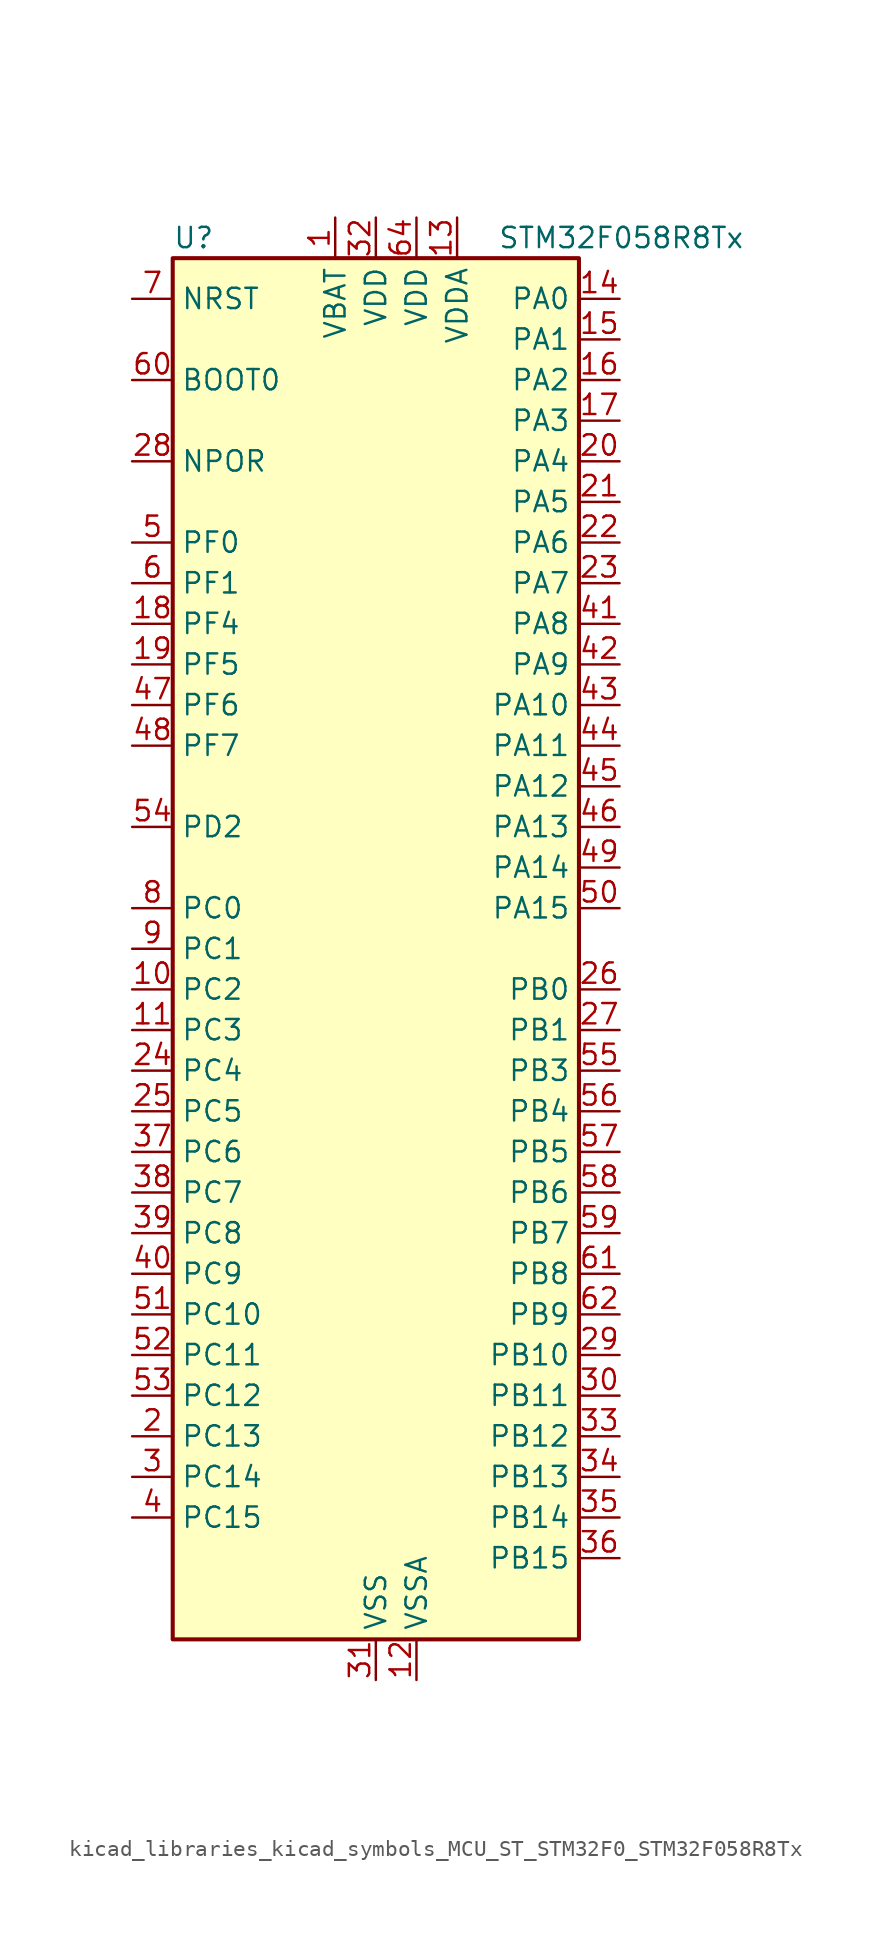
<source format=kicad_sym>
(kicad_symbol_lib
  (version 20220914)
  (generator kicad_symbol_editor)
  (symbol "kicad_libraries_kicad_symbols_MCU_ST_STM32F0_STM32F058R8Tx"
    (property "Reference" "U"
      (at -12.7 44.45 0)
      (effects (font (size 1.27 1.27)) (justify left)))
    (property "Value" "STM32F058R8Tx"
      (at 7.62 44.45 0)
      (effects (font (size 1.27 1.27)) (justify left)))
    (property "ki_locked" ""
      (at 0 0 0)
      (effects (font (size 1.27 1.27))))
    (symbol "kicad_libraries_kicad_symbols_MCU_ST_STM32F0_STM32F058R8Tx_0_1"
      (rectangle (start -12.7 -43.18) (end 12.7 43.18) (stroke (width 0.254) (type default)) (fill (type background))))
    (symbol "kicad_libraries_kicad_symbols_MCU_ST_STM32F0_STM32F058R8Tx_1_1"
      (pin power_in line (at -2.54 45.72 270) (length 2.54) (name "VBAT" (effects (font (size 1.27 1.27)))) (number "1" (effects (font (size 1.27 1.27)))))
      (pin bidirectional line (at -15.24 -2.54 0) (length 2.54) (name "PC2" (effects (font (size 1.27 1.27)))) (number "10" (effects (font (size 1.27 1.27)))) (alternate "ADC_IN12" bidirectional line))
      (pin bidirectional line (at -15.24 -5.08 0) (length 2.54) (name "PC3" (effects (font (size 1.27 1.27)))) (number "11" (effects (font (size 1.27 1.27)))) (alternate "ADC_IN13" bidirectional line))
      (pin power_in line (at 2.54 -45.72 90) (length 2.54) (name "VSSA" (effects (font (size 1.27 1.27)))) (number "12" (effects (font (size 1.27 1.27)))))
      (pin power_in line (at 5.08 45.72 270) (length 2.54) (name "VDDA" (effects (font (size 1.27 1.27)))) (number "13" (effects (font (size 1.27 1.27)))))
      (pin bidirectional line (at 15.24 40.64 180) (length 2.54) (name "PA0" (effects (font (size 1.27 1.27)))) (number "14" (effects (font (size 1.27 1.27)))) (alternate "ADC_IN0" bidirectional line) (alternate "COMP1_INM" bidirectional line) (alternate "COMP1_OUT" bidirectional line) (alternate "RTC_TAMP2" bidirectional line) (alternate "SYS_WKUP1" bidirectional line) (alternate "TIM2_CH1" bidirectional line) (alternate "TIM2_ETR" bidirectional line) (alternate "TSC_G1_IO1" bidirectional line) (alternate "USART2_CTS" bidirectional line))
      (pin bidirectional line (at 15.24 38.1 180) (length 2.54) (name "PA1" (effects (font (size 1.27 1.27)))) (number "15" (effects (font (size 1.27 1.27)))) (alternate "ADC_IN1" bidirectional line) (alternate "COMP1_INP" bidirectional line) (alternate "TIM2_CH2" bidirectional line) (alternate "TSC_G1_IO2" bidirectional line) (alternate "USART2_DE" bidirectional line) (alternate "USART2_RTS" bidirectional line))
      (pin bidirectional line (at 15.24 35.56 180) (length 2.54) (name "PA2" (effects (font (size 1.27 1.27)))) (number "16" (effects (font (size 1.27 1.27)))) (alternate "ADC_IN2" bidirectional line) (alternate "COMP2_INM" bidirectional line) (alternate "COMP2_OUT" bidirectional line) (alternate "TIM15_CH1" bidirectional line) (alternate "TIM2_CH3" bidirectional line) (alternate "TSC_G1_IO3" bidirectional line) (alternate "USART2_TX" bidirectional line))
      (pin bidirectional line (at 15.24 33.02 180) (length 2.54) (name "PA3" (effects (font (size 1.27 1.27)))) (number "17" (effects (font (size 1.27 1.27)))) (alternate "ADC_IN3" bidirectional line) (alternate "COMP2_INP" bidirectional line) (alternate "TIM15_CH2" bidirectional line) (alternate "TIM2_CH4" bidirectional line) (alternate "TSC_G1_IO4" bidirectional line) (alternate "USART2_RX" bidirectional line))
      (pin bidirectional line (at -15.24 20.32 0) (length 2.54) (name "PF4" (effects (font (size 1.27 1.27)))) (number "18" (effects (font (size 1.27 1.27)))))
      (pin bidirectional line (at -15.24 17.78 0) (length 2.54) (name "PF5" (effects (font (size 1.27 1.27)))) (number "19" (effects (font (size 1.27 1.27)))))
      (pin bidirectional line (at -15.24 -30.48 0) (length 2.54) (name "PC13" (effects (font (size 1.27 1.27)))) (number "2" (effects (font (size 1.27 1.27)))) (alternate "RTC_OUT_ALARM" bidirectional line) (alternate "RTC_OUT_CALIB" bidirectional line) (alternate "RTC_TAMP1" bidirectional line) (alternate "RTC_TS" bidirectional line) (alternate "SYS_WKUP2" bidirectional line))
      (pin bidirectional line (at 15.24 30.48 180) (length 2.54) (name "PA4" (effects (font (size 1.27 1.27)))) (number "20" (effects (font (size 1.27 1.27)))) (alternate "ADC_IN4" bidirectional line) (alternate "COMP1_INM" bidirectional line) (alternate "COMP2_INM" bidirectional line) (alternate "DAC1_OUT1" bidirectional line) (alternate "I2S1_WS" bidirectional line) (alternate "SPI1_NSS" bidirectional line) (alternate "TIM14_CH1" bidirectional line) (alternate "TSC_G2_IO1" bidirectional line) (alternate "USART2_CK" bidirectional line))
      (pin bidirectional line (at 15.24 27.94 180) (length 2.54) (name "PA5" (effects (font (size 1.27 1.27)))) (number "21" (effects (font (size 1.27 1.27)))) (alternate "ADC_IN5" bidirectional line) (alternate "CEC" bidirectional line) (alternate "COMP1_INM" bidirectional line) (alternate "COMP2_INM" bidirectional line) (alternate "I2S1_CK" bidirectional line) (alternate "SPI1_SCK" bidirectional line) (alternate "TIM2_CH1" bidirectional line) (alternate "TIM2_ETR" bidirectional line) (alternate "TSC_G2_IO2" bidirectional line))
      (pin bidirectional line (at 15.24 25.4 180) (length 2.54) (name "PA6" (effects (font (size 1.27 1.27)))) (number "22" (effects (font (size 1.27 1.27)))) (alternate "ADC_IN6" bidirectional line) (alternate "COMP1_OUT" bidirectional line) (alternate "I2S1_MCK" bidirectional line) (alternate "SPI1_MISO" bidirectional line) (alternate "TIM16_CH1" bidirectional line) (alternate "TIM1_BKIN" bidirectional line) (alternate "TIM3_CH1" bidirectional line) (alternate "TSC_G2_IO3" bidirectional line))
      (pin bidirectional line (at 15.24 22.86 180) (length 2.54) (name "PA7" (effects (font (size 1.27 1.27)))) (number "23" (effects (font (size 1.27 1.27)))) (alternate "ADC_IN7" bidirectional line) (alternate "COMP2_OUT" bidirectional line) (alternate "I2S1_SD" bidirectional line) (alternate "SPI1_MOSI" bidirectional line) (alternate "TIM14_CH1" bidirectional line) (alternate "TIM17_CH1" bidirectional line) (alternate "TIM1_CH1N" bidirectional line) (alternate "TIM3_CH2" bidirectional line) (alternate "TSC_G2_IO4" bidirectional line))
      (pin bidirectional line (at -15.24 -7.62 0) (length 2.54) (name "PC4" (effects (font (size 1.27 1.27)))) (number "24" (effects (font (size 1.27 1.27)))) (alternate "ADC_IN14" bidirectional line))
      (pin bidirectional line (at -15.24 -10.16 0) (length 2.54) (name "PC5" (effects (font (size 1.27 1.27)))) (number "25" (effects (font (size 1.27 1.27)))) (alternate "ADC_IN15" bidirectional line) (alternate "TSC_G3_IO1" bidirectional line))
      (pin bidirectional line (at 15.24 -2.54 180) (length 2.54) (name "PB0" (effects (font (size 1.27 1.27)))) (number "26" (effects (font (size 1.27 1.27)))) (alternate "ADC_IN8" bidirectional line) (alternate "TIM1_CH2N" bidirectional line) (alternate "TIM3_CH3" bidirectional line) (alternate "TSC_G3_IO2" bidirectional line))
      (pin bidirectional line (at 15.24 -5.08 180) (length 2.54) (name "PB1" (effects (font (size 1.27 1.27)))) (number "27" (effects (font (size 1.27 1.27)))) (alternate "ADC_IN9" bidirectional line) (alternate "TIM14_CH1" bidirectional line) (alternate "TIM1_CH3N" bidirectional line) (alternate "TIM3_CH4" bidirectional line) (alternate "TSC_G3_IO3" bidirectional line))
      (pin input line (at -15.24 30.48 0) (length 2.54) (name "NPOR" (effects (font (size 1.27 1.27)))) (number "28" (effects (font (size 1.27 1.27)))))
      (pin bidirectional line (at 15.24 -25.4 180) (length 2.54) (name "PB10" (effects (font (size 1.27 1.27)))) (number "29" (effects (font (size 1.27 1.27)))) (alternate "CEC" bidirectional line) (alternate "I2C2_SCL" bidirectional line) (alternate "TIM2_CH3" bidirectional line) (alternate "TSC_SYNC" bidirectional line))
      (pin bidirectional line (at -15.24 -33.02 0) (length 2.54) (name "PC14" (effects (font (size 1.27 1.27)))) (number "3" (effects (font (size 1.27 1.27)))) (alternate "RCC_OSC32_IN" bidirectional line))
      (pin bidirectional line (at 15.24 -27.94 180) (length 2.54) (name "PB11" (effects (font (size 1.27 1.27)))) (number "30" (effects (font (size 1.27 1.27)))) (alternate "I2C2_SDA" bidirectional line) (alternate "TIM2_CH4" bidirectional line) (alternate "TSC_G6_IO1" bidirectional line))
      (pin power_in line (at 0 -45.72 90) (length 2.54) (name "VSS" (effects (font (size 1.27 1.27)))) (number "31" (effects (font (size 1.27 1.27)))))
      (pin power_in line (at 0 45.72 270) (length 2.54) (name "VDD" (effects (font (size 1.27 1.27)))) (number "32" (effects (font (size 1.27 1.27)))))
      (pin bidirectional line (at 15.24 -30.48 180) (length 2.54) (name "PB12" (effects (font (size 1.27 1.27)))) (number "33" (effects (font (size 1.27 1.27)))) (alternate "SPI2_NSS" bidirectional line) (alternate "TIM1_BKIN" bidirectional line) (alternate "TSC_G6_IO2" bidirectional line))
      (pin bidirectional line (at 15.24 -33.02 180) (length 2.54) (name "PB13" (effects (font (size 1.27 1.27)))) (number "34" (effects (font (size 1.27 1.27)))) (alternate "SPI2_SCK" bidirectional line) (alternate "TIM1_CH1N" bidirectional line) (alternate "TSC_G6_IO3" bidirectional line))
      (pin bidirectional line (at 15.24 -35.56 180) (length 2.54) (name "PB14" (effects (font (size 1.27 1.27)))) (number "35" (effects (font (size 1.27 1.27)))) (alternate "SPI2_MISO" bidirectional line) (alternate "TIM15_CH1" bidirectional line) (alternate "TIM1_CH2N" bidirectional line) (alternate "TSC_G6_IO4" bidirectional line))
      (pin bidirectional line (at 15.24 -38.1 180) (length 2.54) (name "PB15" (effects (font (size 1.27 1.27)))) (number "36" (effects (font (size 1.27 1.27)))) (alternate "RTC_REFIN" bidirectional line) (alternate "SPI2_MOSI" bidirectional line) (alternate "TIM15_CH1N" bidirectional line) (alternate "TIM15_CH2" bidirectional line) (alternate "TIM1_CH3N" bidirectional line))
      (pin bidirectional line (at -15.24 -12.7 0) (length 2.54) (name "PC6" (effects (font (size 1.27 1.27)))) (number "37" (effects (font (size 1.27 1.27)))) (alternate "TIM3_CH1" bidirectional line))
      (pin bidirectional line (at -15.24 -15.24 0) (length 2.54) (name "PC7" (effects (font (size 1.27 1.27)))) (number "38" (effects (font (size 1.27 1.27)))) (alternate "TIM3_CH2" bidirectional line))
      (pin bidirectional line (at -15.24 -17.78 0) (length 2.54) (name "PC8" (effects (font (size 1.27 1.27)))) (number "39" (effects (font (size 1.27 1.27)))) (alternate "TIM3_CH3" bidirectional line))
      (pin bidirectional line (at -15.24 -35.56 0) (length 2.54) (name "PC15" (effects (font (size 1.27 1.27)))) (number "4" (effects (font (size 1.27 1.27)))) (alternate "RCC_OSC32_OUT" bidirectional line))
      (pin bidirectional line (at -15.24 -20.32 0) (length 2.54) (name "PC9" (effects (font (size 1.27 1.27)))) (number "40" (effects (font (size 1.27 1.27)))) (alternate "DAC1_EXTI9" bidirectional line) (alternate "TIM3_CH4" bidirectional line))
      (pin bidirectional line (at 15.24 20.32 180) (length 2.54) (name "PA8" (effects (font (size 1.27 1.27)))) (number "41" (effects (font (size 1.27 1.27)))) (alternate "RCC_MCO" bidirectional line) (alternate "TIM1_CH1" bidirectional line) (alternate "USART1_CK" bidirectional line))
      (pin bidirectional line (at 15.24 17.78 180) (length 2.54) (name "PA9" (effects (font (size 1.27 1.27)))) (number "42" (effects (font (size 1.27 1.27)))) (alternate "DAC1_EXTI9" bidirectional line) (alternate "TIM15_BKIN" bidirectional line) (alternate "TIM1_CH2" bidirectional line) (alternate "TSC_G4_IO1" bidirectional line) (alternate "USART1_TX" bidirectional line))
      (pin bidirectional line (at 15.24 15.24 180) (length 2.54) (name "PA10" (effects (font (size 1.27 1.27)))) (number "43" (effects (font (size 1.27 1.27)))) (alternate "TIM17_BKIN" bidirectional line) (alternate "TIM1_CH3" bidirectional line) (alternate "TSC_G4_IO2" bidirectional line) (alternate "USART1_RX" bidirectional line))
      (pin bidirectional line (at 15.24 12.7 180) (length 2.54) (name "PA11" (effects (font (size 1.27 1.27)))) (number "44" (effects (font (size 1.27 1.27)))) (alternate "COMP1_OUT" bidirectional line) (alternate "TIM1_CH4" bidirectional line) (alternate "TSC_G4_IO3" bidirectional line) (alternate "USART1_CTS" bidirectional line))
      (pin bidirectional line (at 15.24 10.16 180) (length 2.54) (name "PA12" (effects (font (size 1.27 1.27)))) (number "45" (effects (font (size 1.27 1.27)))) (alternate "COMP2_OUT" bidirectional line) (alternate "TIM1_ETR" bidirectional line) (alternate "TSC_G4_IO4" bidirectional line) (alternate "USART1_DE" bidirectional line) (alternate "USART1_RTS" bidirectional line))
      (pin bidirectional line (at 15.24 7.62 180) (length 2.54) (name "PA13" (effects (font (size 1.27 1.27)))) (number "46" (effects (font (size 1.27 1.27)))) (alternate "IR_OUT" bidirectional line) (alternate "SYS_SWDIO" bidirectional line))
      (pin bidirectional line (at -15.24 15.24 0) (length 2.54) (name "PF6" (effects (font (size 1.27 1.27)))) (number "47" (effects (font (size 1.27 1.27)))) (alternate "I2C2_SCL" bidirectional line))
      (pin bidirectional line (at -15.24 12.7 0) (length 2.54) (name "PF7" (effects (font (size 1.27 1.27)))) (number "48" (effects (font (size 1.27 1.27)))) (alternate "I2C2_SDA" bidirectional line))
      (pin bidirectional line (at 15.24 5.08 180) (length 2.54) (name "PA14" (effects (font (size 1.27 1.27)))) (number "49" (effects (font (size 1.27 1.27)))) (alternate "SYS_SWCLK" bidirectional line) (alternate "USART2_TX" bidirectional line))
      (pin bidirectional line (at -15.24 25.4 0) (length 2.54) (name "PF0" (effects (font (size 1.27 1.27)))) (number "5" (effects (font (size 1.27 1.27)))) (alternate "RCC_OSC_IN" bidirectional line))
      (pin bidirectional line (at 15.24 2.54 180) (length 2.54) (name "PA15" (effects (font (size 1.27 1.27)))) (number "50" (effects (font (size 1.27 1.27)))) (alternate "I2S1_WS" bidirectional line) (alternate "SPI1_NSS" bidirectional line) (alternate "TIM2_CH1" bidirectional line) (alternate "TIM2_ETR" bidirectional line) (alternate "USART2_RX" bidirectional line))
      (pin bidirectional line (at -15.24 -22.86 0) (length 2.54) (name "PC10" (effects (font (size 1.27 1.27)))) (number "51" (effects (font (size 1.27 1.27)))))
      (pin bidirectional line (at -15.24 -25.4 0) (length 2.54) (name "PC11" (effects (font (size 1.27 1.27)))) (number "52" (effects (font (size 1.27 1.27)))))
      (pin bidirectional line (at -15.24 -27.94 0) (length 2.54) (name "PC12" (effects (font (size 1.27 1.27)))) (number "53" (effects (font (size 1.27 1.27)))))
      (pin bidirectional line (at -15.24 7.62 0) (length 2.54) (name "PD2" (effects (font (size 1.27 1.27)))) (number "54" (effects (font (size 1.27 1.27)))) (alternate "TIM3_ETR" bidirectional line))
      (pin bidirectional line (at 15.24 -7.62 180) (length 2.54) (name "PB3" (effects (font (size 1.27 1.27)))) (number "55" (effects (font (size 1.27 1.27)))) (alternate "I2S1_CK" bidirectional line) (alternate "SPI1_SCK" bidirectional line) (alternate "TIM2_CH2" bidirectional line) (alternate "TSC_G5_IO1" bidirectional line))
      (pin bidirectional line (at 15.24 -10.16 180) (length 2.54) (name "PB4" (effects (font (size 1.27 1.27)))) (number "56" (effects (font (size 1.27 1.27)))) (alternate "I2S1_MCK" bidirectional line) (alternate "SPI1_MISO" bidirectional line) (alternate "TIM3_CH1" bidirectional line) (alternate "TSC_G5_IO2" bidirectional line))
      (pin bidirectional line (at 15.24 -12.7 180) (length 2.54) (name "PB5" (effects (font (size 1.27 1.27)))) (number "57" (effects (font (size 1.27 1.27)))) (alternate "I2C1_SMBA" bidirectional line) (alternate "I2S1_SD" bidirectional line) (alternate "SPI1_MOSI" bidirectional line) (alternate "TIM16_BKIN" bidirectional line) (alternate "TIM3_CH2" bidirectional line))
      (pin bidirectional line (at 15.24 -15.24 180) (length 2.54) (name "PB6" (effects (font (size 1.27 1.27)))) (number "58" (effects (font (size 1.27 1.27)))) (alternate "I2C1_SCL" bidirectional line) (alternate "TIM16_CH1N" bidirectional line) (alternate "TSC_G5_IO3" bidirectional line) (alternate "USART1_TX" bidirectional line))
      (pin bidirectional line (at 15.24 -17.78 180) (length 2.54) (name "PB7" (effects (font (size 1.27 1.27)))) (number "59" (effects (font (size 1.27 1.27)))) (alternate "I2C1_SDA" bidirectional line) (alternate "TIM17_CH1N" bidirectional line) (alternate "TSC_G5_IO4" bidirectional line) (alternate "USART1_RX" bidirectional line))
      (pin bidirectional line (at -15.24 22.86 0) (length 2.54) (name "PF1" (effects (font (size 1.27 1.27)))) (number "6" (effects (font (size 1.27 1.27)))) (alternate "RCC_OSC_OUT" bidirectional line))
      (pin input line (at -15.24 35.56 0) (length 2.54) (name "BOOT0" (effects (font (size 1.27 1.27)))) (number "60" (effects (font (size 1.27 1.27)))))
      (pin bidirectional line (at 15.24 -20.32 180) (length 2.54) (name "PB8" (effects (font (size 1.27 1.27)))) (number "61" (effects (font (size 1.27 1.27)))) (alternate "CEC" bidirectional line) (alternate "I2C1_SCL" bidirectional line) (alternate "TIM16_CH1" bidirectional line) (alternate "TSC_SYNC" bidirectional line))
      (pin bidirectional line (at 15.24 -22.86 180) (length 2.54) (name "PB9" (effects (font (size 1.27 1.27)))) (number "62" (effects (font (size 1.27 1.27)))) (alternate "DAC1_EXTI9" bidirectional line) (alternate "I2C1_SDA" bidirectional line) (alternate "IR_OUT" bidirectional line) (alternate "TIM17_CH1" bidirectional line))
      (pin passive line (at 0 -45.72 90) (length 2.54) hide (name "VSS" (effects (font (size 1.27 1.27)))) (number "63" (effects (font (size 1.27 1.27)))))
      (pin power_in line (at 2.54 45.72 270) (length 2.54) (name "VDD" (effects (font (size 1.27 1.27)))) (number "64" (effects (font (size 1.27 1.27)))))
      (pin input line (at -15.24 40.64 0) (length 2.54) (name "NRST" (effects (font (size 1.27 1.27)))) (number "7" (effects (font (size 1.27 1.27)))))
      (pin bidirectional line (at -15.24 2.54 0) (length 2.54) (name "PC0" (effects (font (size 1.27 1.27)))) (number "8" (effects (font (size 1.27 1.27)))) (alternate "ADC_IN10" bidirectional line))
      (pin bidirectional line (at -15.24 0 0) (length 2.54) (name "PC1" (effects (font (size 1.27 1.27)))) (number "9" (effects (font (size 1.27 1.27)))) (alternate "ADC_IN11" bidirectional line)))))
</source>
